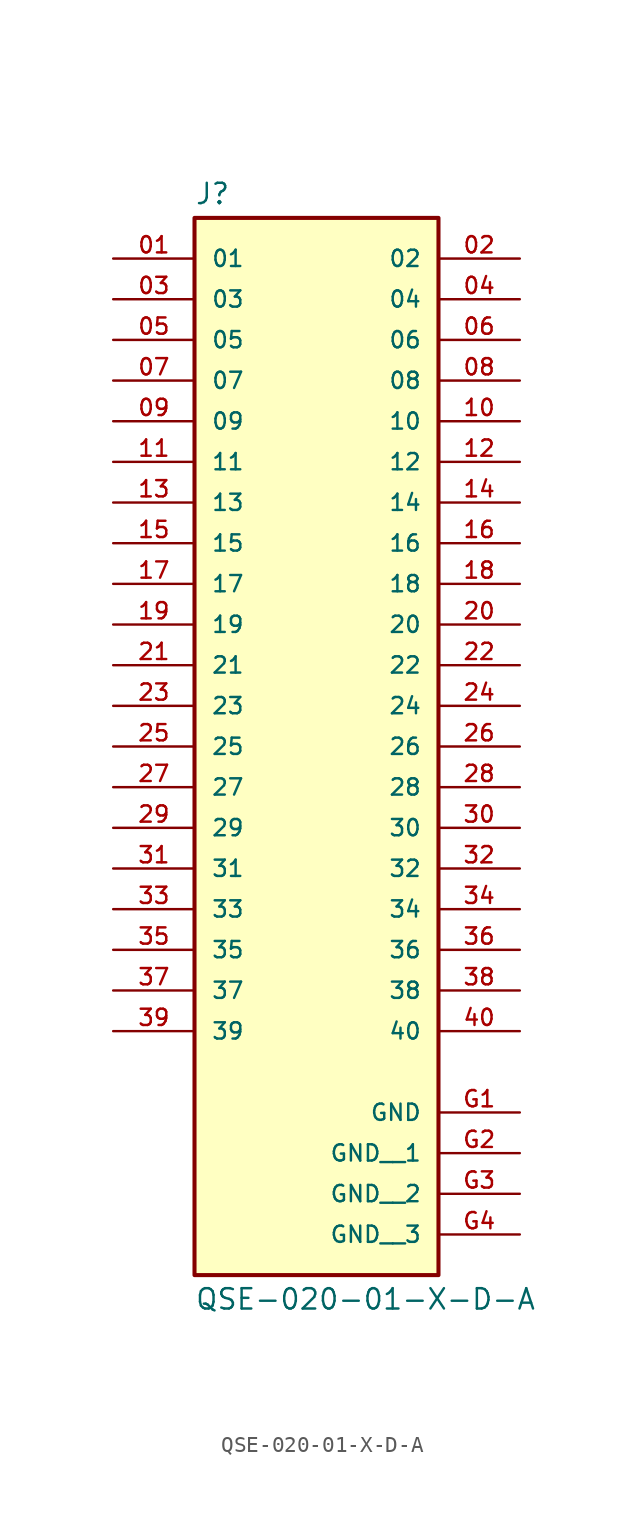
<source format=kicad_sym>
(kicad_symbol_lib
  (version 20231120)
  (generator "kicad_symbol_editor")
  (generator_version "8.0")
  (symbol "QSE-020-01-X-D-A"
    (pin_names
      (offset 1.016))
    (property "Reference" "J"
      (at -7.62 28.702 0)
      (effects (font (size 1.27 1.27)) (justify left bottom)))
    (property "Value" "QSE-020-01-X-D-A"
      (at -7.62 -38.862 0)
      (effects (font (size 1.27 1.27)) (justify left top)))
    (symbol "QSE-020-01-X-D-A_0_0"
      (rectangle (start -7.62 27.94) (end 7.62 -38.1) (stroke (width 0.254) (type default)) (fill (type background)))
      (pin passive line (at -12.7 25.4 0) (length 5.08) (name "01" (effects (font (size 1.016 1.016)))) (number "01" (effects (font (size 1.016 1.016)))))
      (pin passive line (at 12.7 25.4 180) (length 5.08) (name "02" (effects (font (size 1.016 1.016)))) (number "02" (effects (font (size 1.016 1.016)))))
      (pin passive line (at -12.7 22.86 0) (length 5.08) (name "03" (effects (font (size 1.016 1.016)))) (number "03" (effects (font (size 1.016 1.016)))))
      (pin passive line (at 12.7 22.86 180) (length 5.08) (name "04" (effects (font (size 1.016 1.016)))) (number "04" (effects (font (size 1.016 1.016)))))
      (pin passive line (at -12.7 20.32 0) (length 5.08) (name "05" (effects (font (size 1.016 1.016)))) (number "05" (effects (font (size 1.016 1.016)))))
      (pin passive line (at 12.7 20.32 180) (length 5.08) (name "06" (effects (font (size 1.016 1.016)))) (number "06" (effects (font (size 1.016 1.016)))))
      (pin passive line (at -12.7 17.78 0) (length 5.08) (name "07" (effects (font (size 1.016 1.016)))) (number "07" (effects (font (size 1.016 1.016)))))
      (pin passive line (at 12.7 17.78 180) (length 5.08) (name "08" (effects (font (size 1.016 1.016)))) (number "08" (effects (font (size 1.016 1.016)))))
      (pin passive line (at -12.7 15.24 0) (length 5.08) (name "09" (effects (font (size 1.016 1.016)))) (number "09" (effects (font (size 1.016 1.016)))))
      (pin passive line (at 12.7 15.24 180) (length 5.08) (name "10" (effects (font (size 1.016 1.016)))) (number "10" (effects (font (size 1.016 1.016)))))
      (pin passive line (at -12.7 12.7 0) (length 5.08) (name "11" (effects (font (size 1.016 1.016)))) (number "11" (effects (font (size 1.016 1.016)))))
      (pin passive line (at 12.7 12.7 180) (length 5.08) (name "12" (effects (font (size 1.016 1.016)))) (number "12" (effects (font (size 1.016 1.016)))))
      (pin passive line (at -12.7 10.16 0) (length 5.08) (name "13" (effects (font (size 1.016 1.016)))) (number "13" (effects (font (size 1.016 1.016)))))
      (pin passive line (at 12.7 10.16 180) (length 5.08) (name "14" (effects (font (size 1.016 1.016)))) (number "14" (effects (font (size 1.016 1.016)))))
      (pin passive line (at -12.7 7.62 0) (length 5.08) (name "15" (effects (font (size 1.016 1.016)))) (number "15" (effects (font (size 1.016 1.016)))))
      (pin passive line (at 12.7 7.62 180) (length 5.08) (name "16" (effects (font (size 1.016 1.016)))) (number "16" (effects (font (size 1.016 1.016)))))
      (pin passive line (at -12.7 5.08 0) (length 5.08) (name "17" (effects (font (size 1.016 1.016)))) (number "17" (effects (font (size 1.016 1.016)))))
      (pin passive line (at 12.7 5.08 180) (length 5.08) (name "18" (effects (font (size 1.016 1.016)))) (number "18" (effects (font (size 1.016 1.016)))))
      (pin passive line (at -12.7 2.54 0) (length 5.08) (name "19" (effects (font (size 1.016 1.016)))) (number "19" (effects (font (size 1.016 1.016)))))
      (pin passive line (at 12.7 2.54 180) (length 5.08) (name "20" (effects (font (size 1.016 1.016)))) (number "20" (effects (font (size 1.016 1.016)))))
      (pin passive line (at -12.7 0 0) (length 5.08) (name "21" (effects (font (size 1.016 1.016)))) (number "21" (effects (font (size 1.016 1.016)))))
      (pin passive line (at 12.7 0 180) (length 5.08) (name "22" (effects (font (size 1.016 1.016)))) (number "22" (effects (font (size 1.016 1.016)))))
      (pin passive line (at -12.7 -2.54 0) (length 5.08) (name "23" (effects (font (size 1.016 1.016)))) (number "23" (effects (font (size 1.016 1.016)))))
      (pin passive line (at 12.7 -2.54 180) (length 5.08) (name "24" (effects (font (size 1.016 1.016)))) (number "24" (effects (font (size 1.016 1.016)))))
      (pin passive line (at -12.7 -5.08 0) (length 5.08) (name "25" (effects (font (size 1.016 1.016)))) (number "25" (effects (font (size 1.016 1.016)))))
      (pin passive line (at 12.7 -5.08 180) (length 5.08) (name "26" (effects (font (size 1.016 1.016)))) (number "26" (effects (font (size 1.016 1.016)))))
      (pin passive line (at -12.7 -7.62 0) (length 5.08) (name "27" (effects (font (size 1.016 1.016)))) (number "27" (effects (font (size 1.016 1.016)))))
      (pin passive line (at 12.7 -7.62 180) (length 5.08) (name "28" (effects (font (size 1.016 1.016)))) (number "28" (effects (font (size 1.016 1.016)))))
      (pin passive line (at -12.7 -10.16 0) (length 5.08) (name "29" (effects (font (size 1.016 1.016)))) (number "29" (effects (font (size 1.016 1.016)))))
      (pin passive line (at 12.7 -10.16 180) (length 5.08) (name "30" (effects (font (size 1.016 1.016)))) (number "30" (effects (font (size 1.016 1.016)))))
      (pin passive line (at -12.7 -12.7 0) (length 5.08) (name "31" (effects (font (size 1.016 1.016)))) (number "31" (effects (font (size 1.016 1.016)))))
      (pin passive line (at 12.7 -12.7 180) (length 5.08) (name "32" (effects (font (size 1.016 1.016)))) (number "32" (effects (font (size 1.016 1.016)))))
      (pin passive line (at -12.7 -15.24 0) (length 5.08) (name "33" (effects (font (size 1.016 1.016)))) (number "33" (effects (font (size 1.016 1.016)))))
      (pin passive line (at 12.7 -15.24 180) (length 5.08) (name "34" (effects (font (size 1.016 1.016)))) (number "34" (effects (font (size 1.016 1.016)))))
      (pin passive line (at -12.7 -17.78 0) (length 5.08) (name "35" (effects (font (size 1.016 1.016)))) (number "35" (effects (font (size 1.016 1.016)))))
      (pin passive line (at 12.7 -17.78 180) (length 5.08) (name "36" (effects (font (size 1.016 1.016)))) (number "36" (effects (font (size 1.016 1.016)))))
      (pin passive line (at -12.7 -20.32 0) (length 5.08) (name "37" (effects (font (size 1.016 1.016)))) (number "37" (effects (font (size 1.016 1.016)))))
      (pin passive line (at 12.7 -20.32 180) (length 5.08) (name "38" (effects (font (size 1.016 1.016)))) (number "38" (effects (font (size 1.016 1.016)))))
      (pin passive line (at -12.7 -22.86 0) (length 5.08) (name "39" (effects (font (size 1.016 1.016)))) (number "39" (effects (font (size 1.016 1.016)))))
      (pin passive line (at 12.7 -22.86 180) (length 5.08) (name "40" (effects (font (size 1.016 1.016)))) (number "40" (effects (font (size 1.016 1.016)))))
      (pin power_in line (at 12.7 -27.94 180) (length 5.08) (name "GND" (effects (font (size 1.016 1.016)))) (number "G1" (effects (font (size 1.016 1.016)))))
      (pin power_in line (at 12.7 -30.48 180) (length 5.08) (name "GND__1" (effects (font (size 1.016 1.016)))) (number "G2" (effects (font (size 1.016 1.016)))))
      (pin power_in line (at 12.7 -33.02 180) (length 5.08) (name "GND__2" (effects (font (size 1.016 1.016)))) (number "G3" (effects (font (size 1.016 1.016)))))
      (pin power_in line (at 12.7 -35.56 180) (length 5.08) (name "GND__3" (effects (font (size 1.016 1.016)))) (number "G4" (effects (font (size 1.016 1.016))))))))
</source>
